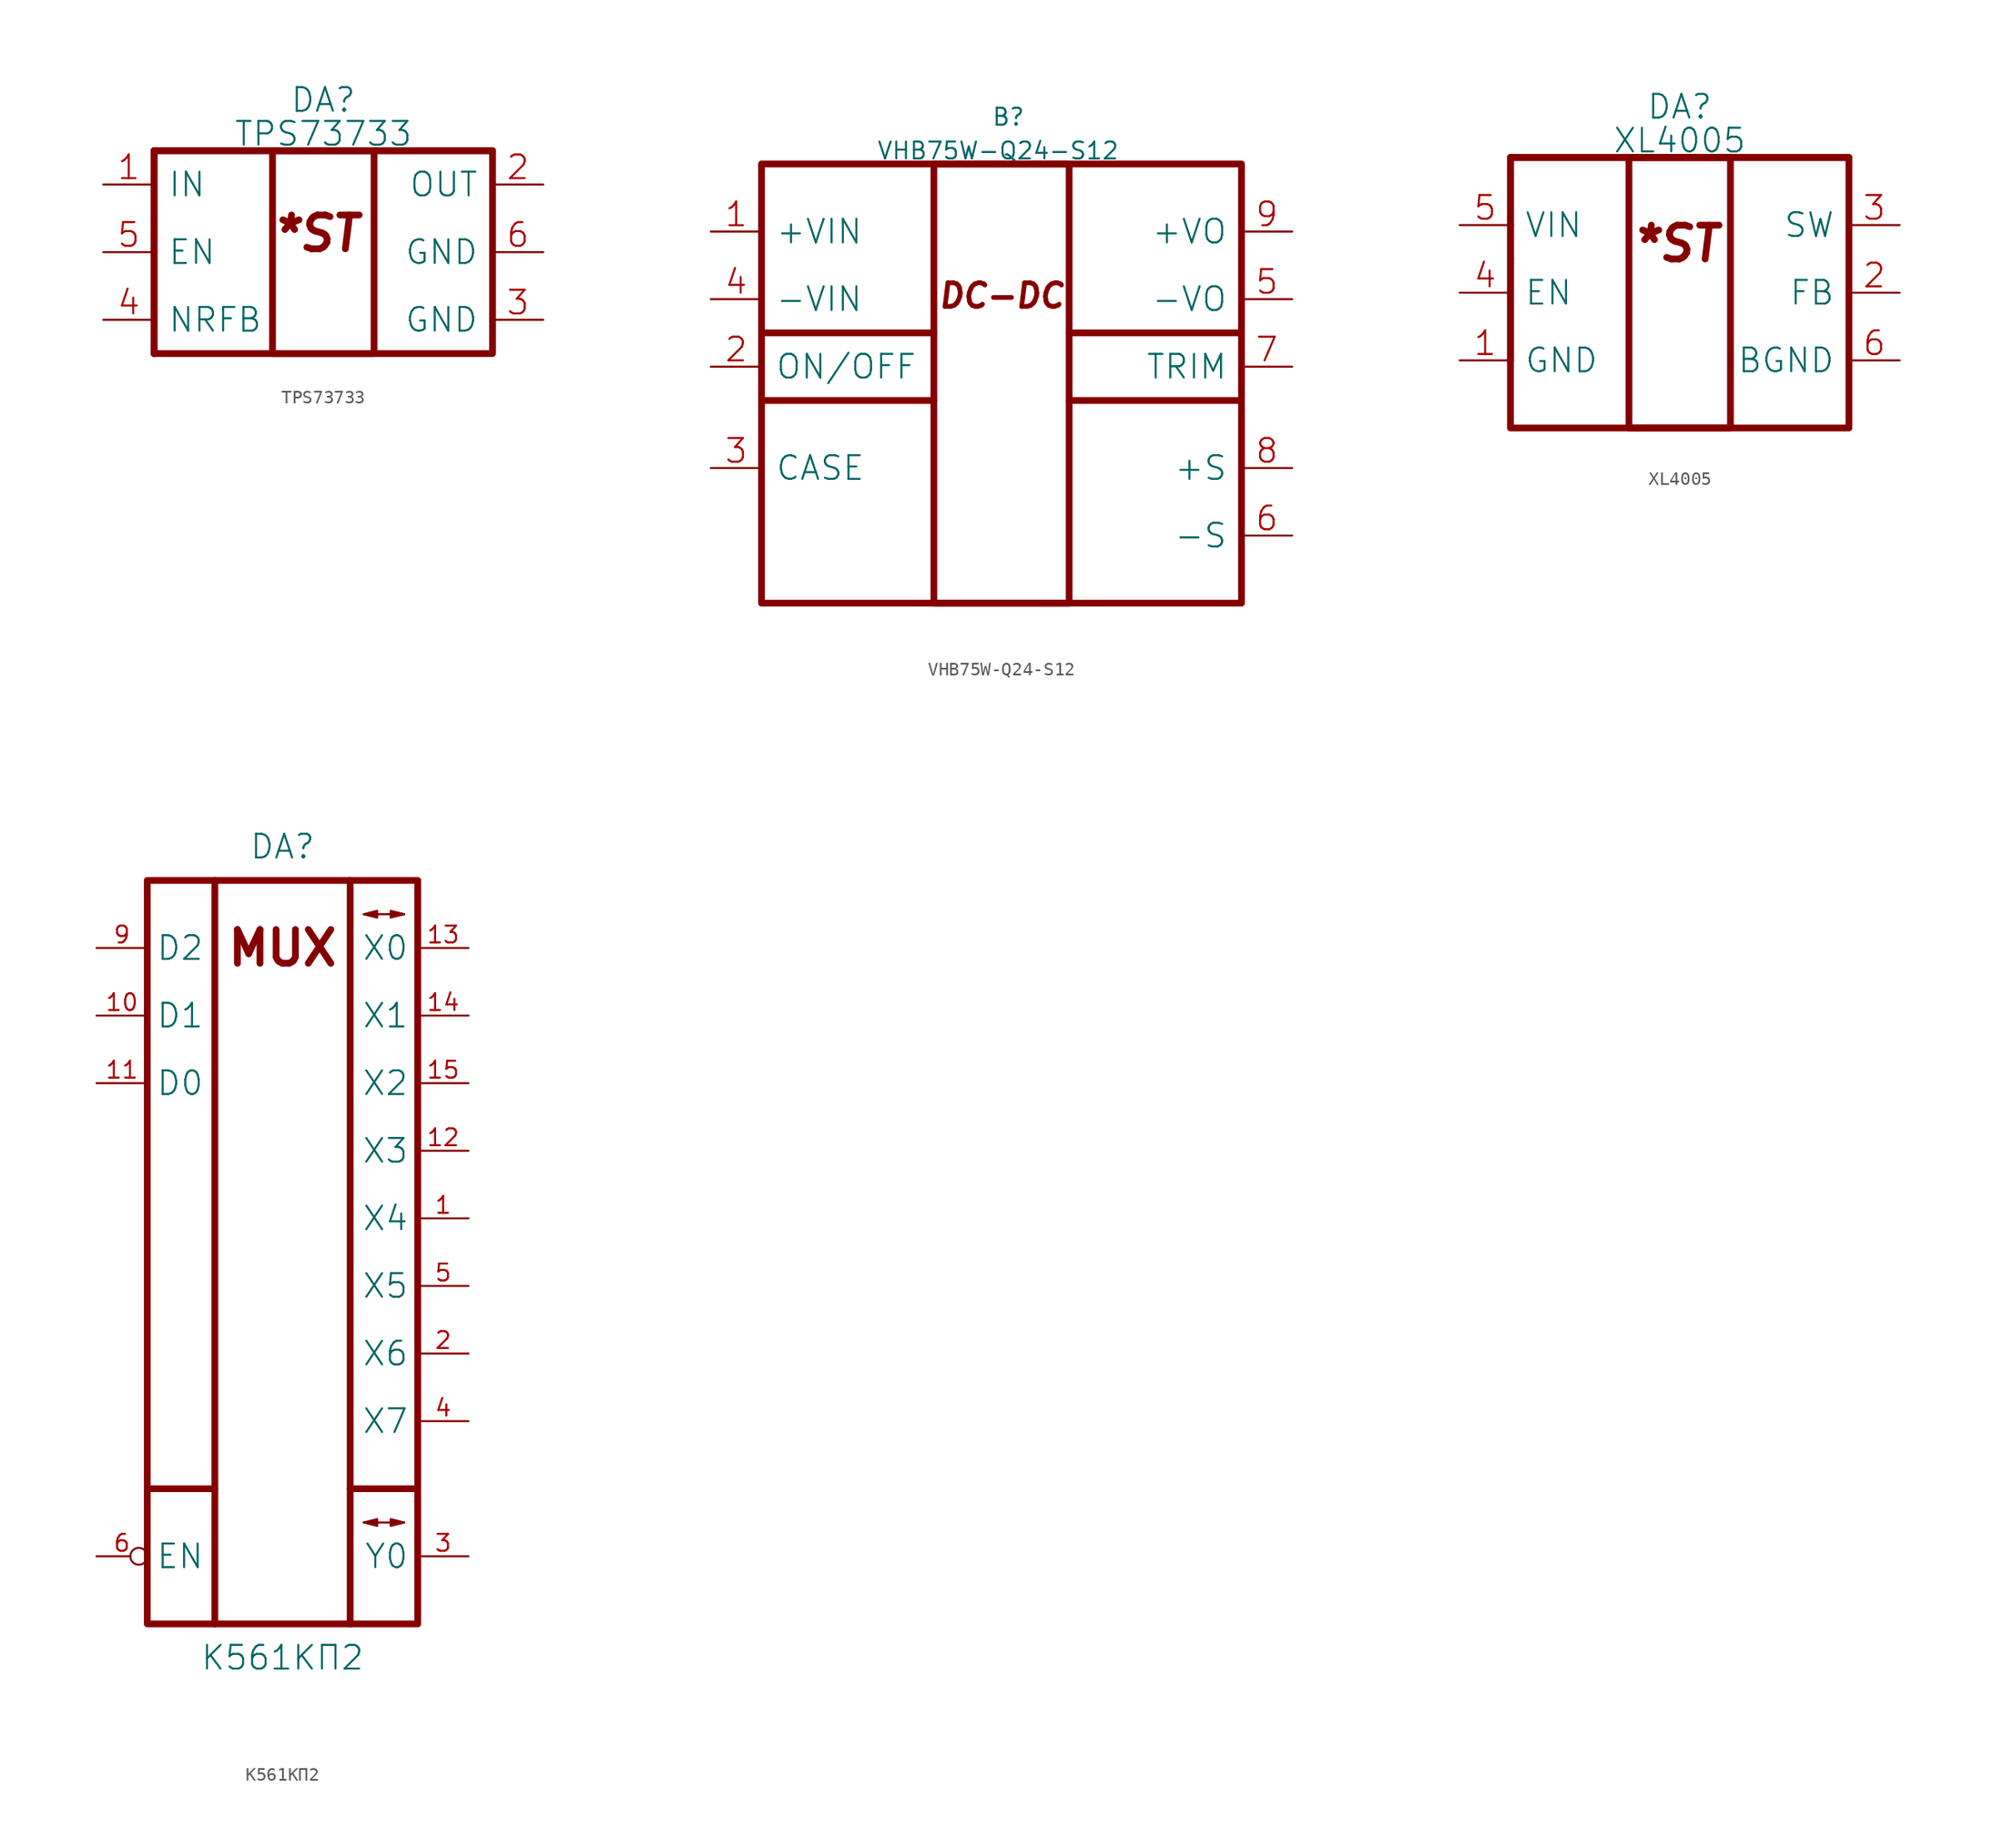
<source format=kicad_sym>
(kicad_symbol_lib
  (version 20211014)
  (generator kicad_symbol_editor)
  (symbol "TPS73733"
    (pin_names
      (offset 1.016))
    (property "Reference" "DA"
      (at 0 3.81 0)
      (effects (font (size 1.778 1.778))))
    (property "Value" "TPS73733"
      (at 0 1.27 0)
      (effects (font (size 1.778 1.778))))
    (symbol "TPS73733_0_1"
      (rectangle (start -12.7 0) (end 12.7 -15.24) (stroke (width 0.508) (type default) (color 0 0 0 0)) (fill (type none)))
      (rectangle (start -3.81 0) (end 3.81 -15.24) (stroke (width 0.508) (type default) (color 0 0 0 0)) (fill (type none))))
    (symbol "TPS73733_1_1"
      (polyline (pts (xy -12.7 -15.24) (xy -12.7 -15.24)) (stroke (width 0.508) (type default) (color 0 0 0 0)) (fill (type none)))
      (polyline (pts (xy -12.7 -15.24) (xy -12.7 -5.08)) (stroke (width 0.508) (type default) (color 0 0 0 0)) (fill (type none)))
      (polyline (pts (xy -12.7 -7.62) (xy -12.7 -7.62)) (stroke (width 0.508) (type default) (color 0 0 0 0)) (fill (type none)))
      (polyline (pts (xy -12.7 -5.08) (xy -12.7 -5.08)) (stroke (width 0) (type default) (color 0 0 0 0)) (fill (type none)))
      (polyline (pts (xy -12.7 0) (xy -12.7 -5.08)) (stroke (width 0.508) (type default) (color 0 0 0 0)) (fill (type none)))
      (polyline (pts (xy 12.7 0) (xy -12.7 0)) (stroke (width 0.508) (type default) (color 0 0 0 0)) (fill (type none)))
      (text "*ST" (at -0.508 -6.223 0) (effects (font (size 2.54 2.54) bold italic)))
      (pin power_in line (at -16.51 -2.54 0) (length 3.81) (name "IN" (effects (font (size 1.778 1.778)))) (number "1" (effects (font (size 1.778 1.778)))))
      (pin power_out line (at 16.51 -2.54 180) (length 3.81) (name "OUT" (effects (font (size 1.778 1.778)))) (number "2" (effects (font (size 1.778 1.778)))))
      (pin power_in line (at 16.51 -12.7 180) (length 3.81) (name "GND" (effects (font (size 1.778 1.778)))) (number "3" (effects (font (size 1.778 1.778)))))
      (pin bidirectional line (at -16.51 -12.7 0) (length 3.81) (name "NRFB" (effects (font (size 1.778 1.778)))) (number "4" (effects (font (size 1.778 1.778)))))
      (pin input line (at -16.51 -7.62 0) (length 3.81) (name "EN" (effects (font (size 1.778 1.778)))) (number "5" (effects (font (size 1.778 1.778)))))
      (pin power_in line (at 16.51 -7.62 180) (length 3.81) (name "GND" (effects (font (size 1.778 1.778)))) (number "6" (effects (font (size 1.778 1.778)))))))
  (symbol "VHB75W-Q24-S12"
    (pin_names
      (offset 1.016))
    (property "Reference" "B"
      (at -0.762 2.794 0)
      (effects (font (size 1.27 1.27)) (justify left bottom)))
    (property "Value" "VHB75W-Q24-S12"
      (at -9.398 0.254 0)
      (effects (font (size 1.27 1.27)) (justify left bottom)))
    (property "ki_locked" ""
      (at 0 0 0)
      (effects (font (size 1.27 1.27))))
    (symbol "VHB75W-Q24-S12_1_1"
      (rectangle (start -5.08 0) (end 5.08 -33.02) (stroke (width 0.508) (type default) (color 0 0 0 0)) (fill (type none)))
      (polyline (pts (xy -18.034 -17.78) (xy -5.08 -17.78)) (stroke (width 0.508) (type default) (color 0 0 0 0)) (fill (type none)))
      (polyline (pts (xy -18.034 -12.7) (xy -5.08 -12.7)) (stroke (width 0.508) (type default) (color 0 0 0 0)) (fill (type none)))
      (polyline (pts (xy 18.034 -17.78) (xy 5.08 -17.78)) (stroke (width 0.508) (type default) (color 0 0 0 0)) (fill (type none)))
      (polyline (pts (xy 18.034 -12.7) (xy 5.08 -12.7)) (stroke (width 0.508) (type default) (color 0 0 0 0)) (fill (type none)))
      (rectangle (start 18.034 0) (end -18.034 -33.02) (stroke (width 0.508) (type default) (color 0 0 0 0)) (fill (type none)))
      (text "DC-DC" (at 0 -9.906 0) (effects (font (size 1.778 1.778) bold italic)))
      (pin input line (at -21.844 -5.08 0) (length 3.81) (name "+VIN" (effects (font (size 1.778 1.778)))) (number "1" (effects (font (size 1.778 1.778)))))
      (pin input line (at -21.844 -15.24 0) (length 3.81) (name "ON/OFF" (effects (font (size 1.778 1.778)))) (number "2" (effects (font (size 1.778 1.778)))))
      (pin passive line (at -21.844 -22.86 0) (length 3.81) (name "CASE" (effects (font (size 1.778 1.778)))) (number "3" (effects (font (size 1.778 1.778)))))
      (pin input line (at -21.844 -10.16 0) (length 3.81) (name "-VIN" (effects (font (size 1.778 1.778)))) (number "4" (effects (font (size 1.778 1.778)))))
      (pin output line (at 21.844 -10.16 180) (length 3.81) (name "-VO" (effects (font (size 1.778 1.778)))) (number "5" (effects (font (size 1.778 1.778)))))
      (pin output line (at 21.844 -27.94 180) (length 3.81) (name "-S" (effects (font (size 1.778 1.778)))) (number "6" (effects (font (size 1.778 1.778)))))
      (pin passive line (at 21.844 -15.24 180) (length 3.81) (name "TRIM" (effects (font (size 1.778 1.778)))) (number "7" (effects (font (size 1.778 1.778)))))
      (pin output line (at 21.844 -22.86 180) (length 3.81) (name "+S" (effects (font (size 1.778 1.778)))) (number "8" (effects (font (size 1.778 1.778)))))
      (pin output line (at 21.844 -5.08 180) (length 3.81) (name "+VO" (effects (font (size 1.778 1.778)))) (number "9" (effects (font (size 1.778 1.778)))))))
  (symbol "XL4005"
    (pin_names
      (offset 1.016))
    (property "Reference" "DA"
      (at 0 3.81 0)
      (effects (font (size 1.778 1.778))))
    (property "Value" "XL4005"
      (at 0 1.27 0)
      (effects (font (size 1.778 1.778))))
    (symbol "XL4005_0_1"
      (rectangle (start -12.7 0) (end 12.7 -20.32) (stroke (width 0.508) (type default) (color 0 0 0 0)) (fill (type none)))
      (rectangle (start -3.81 0) (end 3.81 -20.32) (stroke (width 0.508) (type default) (color 0 0 0 0)) (fill (type none))))
    (symbol "XL4005_1_1"
      (polyline (pts (xy -12.7 -15.24) (xy -12.7 -15.24)) (stroke (width 0.508) (type default) (color 0 0 0 0)) (fill (type none)))
      (polyline (pts (xy -12.7 -15.24) (xy -12.7 -5.08)) (stroke (width 0.508) (type default) (color 0 0 0 0)) (fill (type none)))
      (polyline (pts (xy -12.7 -7.62) (xy -12.7 -7.62)) (stroke (width 0.508) (type default) (color 0 0 0 0)) (fill (type none)))
      (polyline (pts (xy -12.7 -5.08) (xy -12.7 -5.08)) (stroke (width 0) (type default) (color 0 0 0 0)) (fill (type none)))
      (polyline (pts (xy -12.7 0) (xy -12.7 -5.08)) (stroke (width 0.508) (type default) (color 0 0 0 0)) (fill (type none)))
      (polyline (pts (xy 12.7 0) (xy -12.7 0)) (stroke (width 0.508) (type default) (color 0 0 0 0)) (fill (type none)))
      (text "*ST" (at -0.254 -6.477 0) (effects (font (size 2.54 2.54) bold italic)))
      (pin power_in line (at -16.51 -15.24 0) (length 3.81) (name "GND" (effects (font (size 1.778 1.778)))) (number "1" (effects (font (size 1.778 1.778)))))
      (pin input line (at 16.51 -10.16 180) (length 3.81) (name "FB" (effects (font (size 1.778 1.778)))) (number "2" (effects (font (size 1.778 1.778)))))
      (pin bidirectional line (at 16.51 -5.08 180) (length 3.81) (name "SW" (effects (font (size 1.778 1.778)))) (number "3" (effects (font (size 1.778 1.778)))))
      (pin input line (at -16.51 -10.16 0) (length 3.81) (name "EN" (effects (font (size 1.778 1.778)))) (number "4" (effects (font (size 1.778 1.778)))))
      (pin power_in line (at -16.51 -5.08 0) (length 3.81) (name "VIN" (effects (font (size 1.778 1.778)))) (number "5" (effects (font (size 1.778 1.778)))))
      (pin power_in line (at 16.51 -15.24 180) (length 3.81) (name "BGND" (effects (font (size 1.778 1.778)))) (number "6" (effects (font (size 1.778 1.778)))))))
  (symbol "К561КП2"
    (pin_names
      (offset 0.635))
    (property "Reference" "DA"
      (at 0 30.48 0)
      (effects (font (size 1.778 1.778))))
    (property "Value" "К561КП2"
      (at 0 -30.48 0)
      (effects (font (size 1.778 1.778))))
    (symbol "К561КП2_0_0"
      (polyline (pts (xy -10.16 -17.78) (xy -5.08 -17.78)) (stroke (width 0.508) (type default) (color 0 0 0 0)) (fill (type none)))
      (polyline (pts (xy 5.08 27.94) (xy 5.08 -27.94)) (stroke (width 0.508) (type default) (color 0 0 0 0)) (fill (type none)))
      (polyline (pts (xy 6.096 -20.32) (xy 9.144 -20.32)) (stroke (width 0) (type default) (color 0 0 0 0)) (fill (type none)))
      (polyline (pts (xy 6.096 25.4) (xy 9.144 25.4)) (stroke (width 0) (type default) (color 0 0 0 0)) (fill (type none)))
      (polyline (pts (xy 10.16 -17.78) (xy 5.08 -17.78)) (stroke (width 0.508) (type default) (color 0 0 0 0)) (fill (type none)))
      (polyline (pts (xy 6.096 -20.32) (xy 7.112 -20.066) (xy 7.112 -20.574) (xy 6.096 -20.32)) (stroke (width 0) (type default) (color 0 0 0 0)) (fill (type outline)))
      (polyline (pts (xy 6.096 25.4) (xy 7.112 25.654) (xy 7.112 25.146) (xy 6.096 25.4)) (stroke (width 0) (type default) (color 0 0 0 0)) (fill (type outline)))
      (polyline (pts (xy 9.144 -20.32) (xy 8.128 -20.066) (xy 8.128 -20.574) (xy 9.144 -20.32)) (stroke (width 0) (type default) (color 0 0 0 0)) (fill (type outline)))
      (polyline (pts (xy 9.144 25.4) (xy 8.128 25.654) (xy 8.128 25.146) (xy 9.144 25.4)) (stroke (width 0) (type default) (color 0 0 0 0)) (fill (type outline)))
      (text "MUX" (at 0 22.86 0) (effects (font (size 2.54 2.54) bold))))
    (symbol "К561КП2_0_1"
      (rectangle (start -10.16 27.94) (end 10.16 -27.94) (stroke (width 0.508) (type default) (color 0 0 0 0)) (fill (type none)))
      (polyline (pts (xy -5.08 27.94) (xy -5.08 -27.94)) (stroke (width 0.508) (type default) (color 0 0 0 0)) (fill (type none))))
    (symbol "К561КП2_1_1"
      (pin bidirectional line (at 13.97 2.54 180) (length 3.81) (name "X4" (effects (font (size 1.778 1.778)))) (number "1" (effects (font (size 1.27 1.27)))))
      (pin input line (at -13.97 17.78 0) (length 3.81) (name "D1" (effects (font (size 1.778 1.778)))) (number "10" (effects (font (size 1.27 1.27)))))
      (pin input line (at -13.97 12.7 0) (length 3.81) (name "D0" (effects (font (size 1.778 1.778)))) (number "11" (effects (font (size 1.27 1.27)))))
      (pin bidirectional line (at 13.97 7.62 180) (length 3.81) (name "X3" (effects (font (size 1.778 1.778)))) (number "12" (effects (font (size 1.27 1.27)))))
      (pin bidirectional line (at 13.97 22.86 180) (length 3.81) (name "X0" (effects (font (size 1.778 1.778)))) (number "13" (effects (font (size 1.27 1.27)))))
      (pin bidirectional line (at 13.97 17.78 180) (length 3.81) (name "X1" (effects (font (size 1.778 1.778)))) (number "14" (effects (font (size 1.27 1.27)))))
      (pin bidirectional line (at 13.97 12.7 180) (length 3.81) (name "X2" (effects (font (size 1.778 1.778)))) (number "15" (effects (font (size 1.27 1.27)))))
      (pin power_in non_logic (at 13.97 25.4 180) (length 3.81) hide (name "VCC" (effects (font (size 1.27 1.27)))) (number "16" (effects (font (size 1.27 1.27)))))
      (pin bidirectional line (at 13.97 -7.62 180) (length 3.81) (name "X6" (effects (font (size 1.778 1.778)))) (number "2" (effects (font (size 1.27 1.27)))))
      (pin bidirectional line (at 13.97 -22.86 180) (length 3.81) (name "Y0" (effects (font (size 1.778 1.778)))) (number "3" (effects (font (size 1.27 1.27)))))
      (pin bidirectional line (at 13.97 -12.7 180) (length 3.81) (name "X7" (effects (font (size 1.778 1.778)))) (number "4" (effects (font (size 1.27 1.27)))))
      (pin bidirectional line (at 13.97 -2.54 180) (length 3.81) (name "X5" (effects (font (size 1.778 1.778)))) (number "5" (effects (font (size 1.27 1.27)))))
      (pin input inverted (at -13.97 -22.86 0) (length 3.81) (name "EN" (effects (font (size 1.778 1.778)))) (number "6" (effects (font (size 1.27 1.27)))))
      (pin power_in non_logic (at 13.97 -15.24 180) (length 3.81) hide (name "VEE" (effects (font (size 1.27 1.27)))) (number "7" (effects (font (size 1.27 1.27)))))
      (pin power_in non_logic (at 13.97 -25.4 180) (length 3.81) hide (name "GND" (effects (font (size 1.27 1.27)))) (number "8" (effects (font (size 1.27 1.27)))))
      (pin input line (at -13.97 22.86 0) (length 3.81) (name "D2" (effects (font (size 1.778 1.778)))) (number "9" (effects (font (size 1.27 1.27))))))))
</source>
